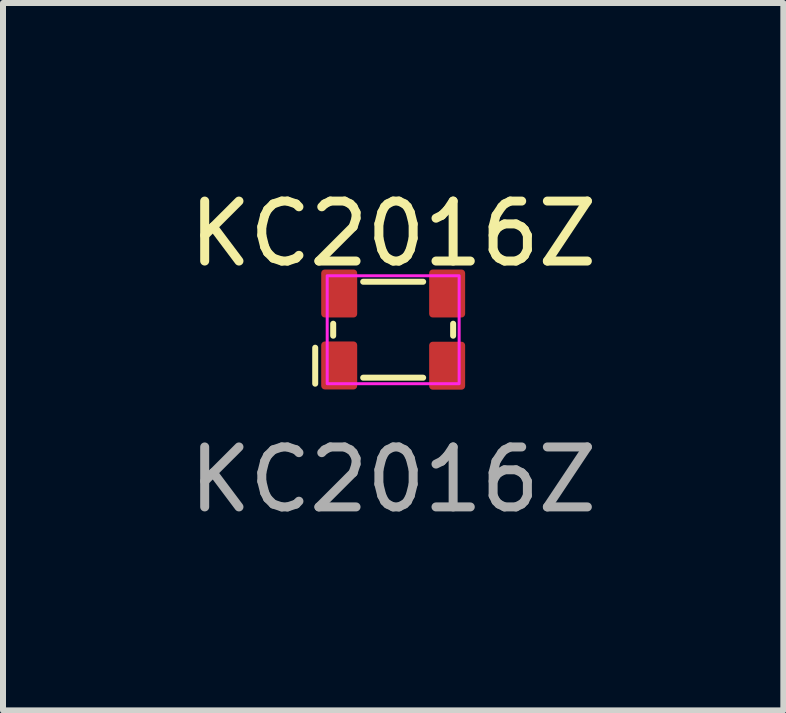
<source format=kicad_pcb>
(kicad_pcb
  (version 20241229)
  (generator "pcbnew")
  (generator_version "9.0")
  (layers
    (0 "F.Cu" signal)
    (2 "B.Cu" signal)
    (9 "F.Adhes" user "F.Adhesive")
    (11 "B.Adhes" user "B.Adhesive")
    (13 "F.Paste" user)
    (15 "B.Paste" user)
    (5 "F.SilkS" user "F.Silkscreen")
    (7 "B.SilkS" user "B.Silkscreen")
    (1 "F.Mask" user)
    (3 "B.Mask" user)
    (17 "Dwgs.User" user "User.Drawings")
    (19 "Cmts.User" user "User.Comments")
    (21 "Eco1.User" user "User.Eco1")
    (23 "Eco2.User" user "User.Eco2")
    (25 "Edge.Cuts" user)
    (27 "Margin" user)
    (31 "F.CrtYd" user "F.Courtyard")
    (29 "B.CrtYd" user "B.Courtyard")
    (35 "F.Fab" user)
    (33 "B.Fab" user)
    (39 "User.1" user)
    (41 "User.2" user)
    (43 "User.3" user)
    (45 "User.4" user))
  (footprint "KC2016Z"
    (layer "F.Cu")
    (at 3.506 2.448)
    (property "Reference" "KC2016Z" (at 0 -1.6 0) (unlocked yes) (layer "F.SilkS") (effects (font (size 1 1) (thickness 0.15))))
    (attr smd)
    (fp_line (start -1.3 0.3) (end -1.3 0.9) (stroke (width 0.1) (type default)) (layer "F.SilkS"))
    (fp_line (start -1 -0.1) (end -1 0.1) (stroke (width 0.1) (type default)) (layer "F.SilkS"))
    (fp_line (start -0.5 -0.8) (end 0.5 -0.8) (stroke (width 0.1) (type default)) (layer "F.SilkS"))
    (fp_line (start -0.5 0.8) (end 0.5 0.8) (stroke (width 0.1) (type default)) (layer "F.SilkS"))
    (fp_line (start 1 -0.1) (end 1 0.1) (stroke (width 0.1) (type default)) (layer "F.SilkS"))
    (fp_rect (start -1.1 -0.9) (end 1.1 0.9) (stroke (width 0.05) (type default)) (fill no) (layer "F.CrtYd"))
    (fp_text user "${REFERENCE}" (at 0 2.5 0) (unlocked yes) (layer "F.Fab") (effects (font (size 1 1) (thickness 0.15))))
    (pad "1" smd roundrect (at 0.9 0.6) (size 0.6 0.8) (layers "F.Cu" "F.Mask" "F.Paste") (roundrect_rratio 0.1))
    (pad "2" smd roundrect (at -0.9 0.596) (size 0.6 0.8) (layers "F.Cu" "F.Mask" "F.Paste") (roundrect_rratio 0.1))
    (pad "3" smd roundrect (at -0.9 -0.604) (size 0.6 0.8) (layers "F.Cu" "F.Mask" "F.Paste") (roundrect_rratio 0.1))
    (pad "4" smd roundrect (at 0.9 -0.604) (size 0.6 0.8) (layers "F.Cu" "F.Mask" "F.Paste") (roundrect_rratio 0.1)))
  (gr_rect
    (start -3 -3)
    (end 10.012 8.796)
    (stroke (width 0.1) (type default))
    (fill no)
    (layer "Edge.Cuts")))
</source>
